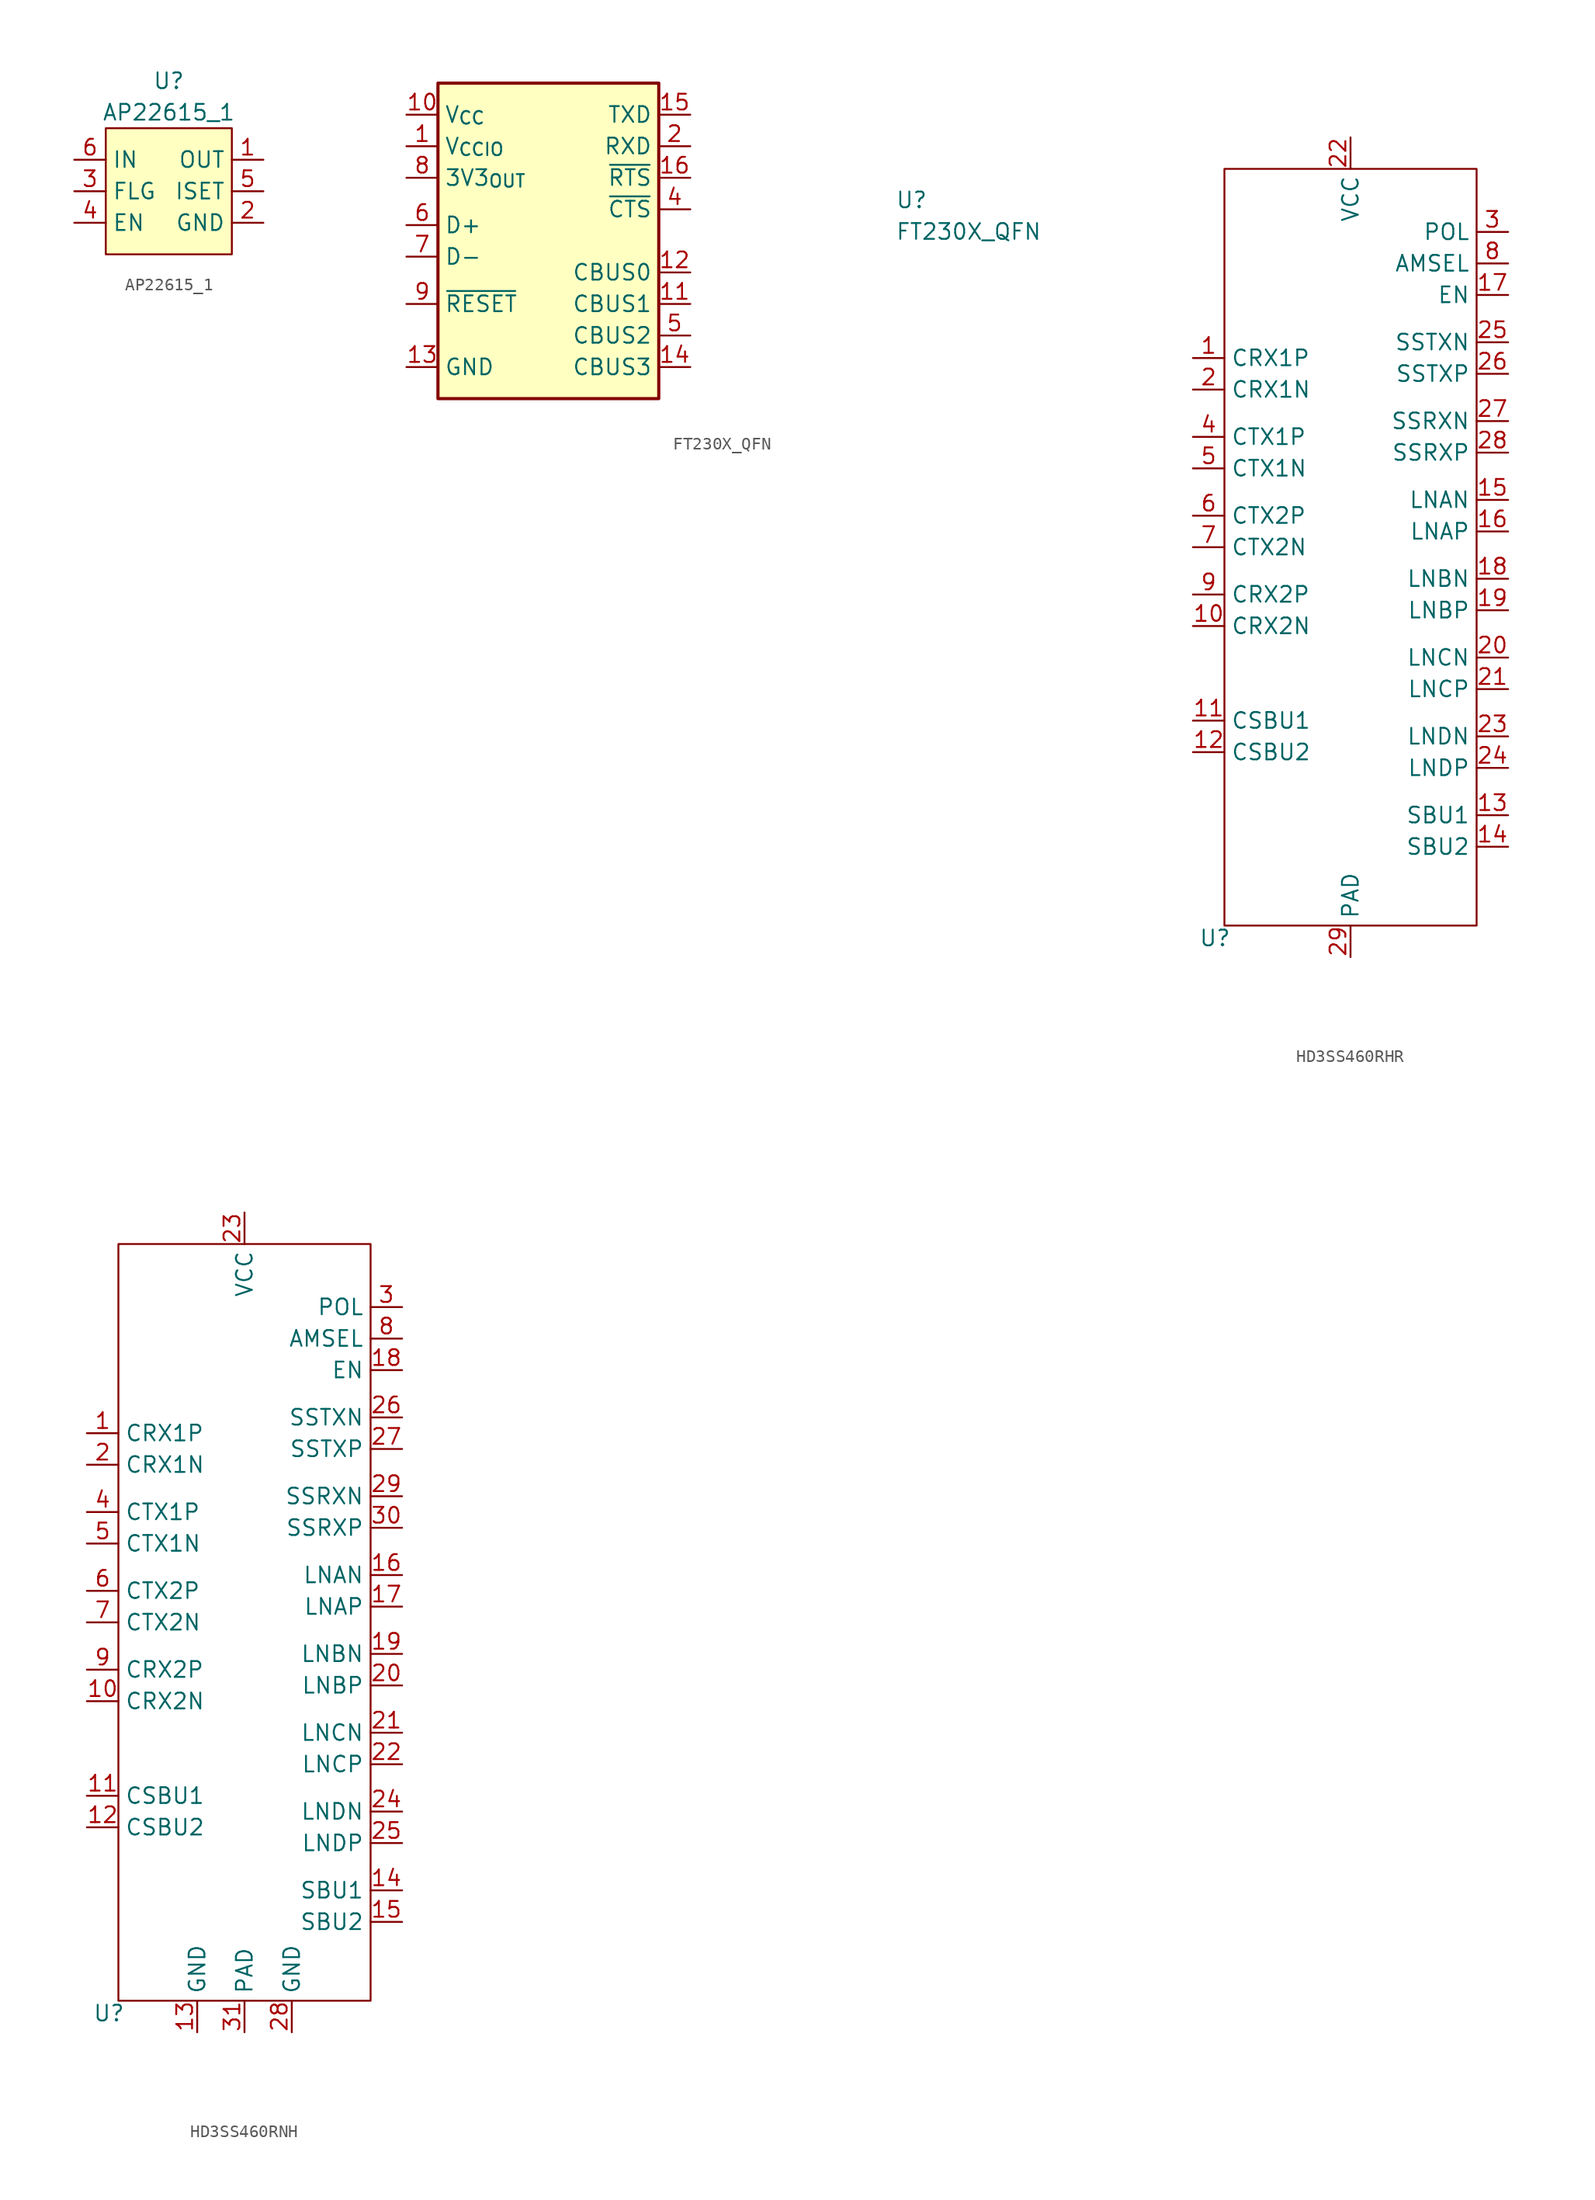
<source format=kicad_sym>
(kicad_symbol_lib
  (version 20231120)
  (generator "kicad_symbol_editor")
  (generator_version "8.0")
  (symbol "AP22615_1"
    (property "Reference" "U"
      (at 0 8.89 0)
      (effects (font (size 1.27 1.27))))
    (property "Value" "AP22615_1"
      (at 0 6.35 0)
      (effects (font (size 1.27 1.27))))
    (symbol "AP22615_1_0_1"
      (rectangle (start -5.08 5.08) (end 5.08 -5.08) (stroke (width 0) (type default)) (fill (type background))))
    (symbol "AP22615_1_1_1"
      (pin power_out line (at 7.62 2.54 180) (length 2.54) (name "OUT" (effects (font (size 1.27 1.27)))) (number "1" (effects (font (size 1.27 1.27)))))
      (pin power_in line (at 7.62 -2.54 180) (length 2.54) (name "GND" (effects (font (size 1.27 1.27)))) (number "2" (effects (font (size 1.27 1.27)))))
      (pin output line (at -7.62 0 0) (length 2.54) (name "FLG" (effects (font (size 1.27 1.27)))) (number "3" (effects (font (size 1.27 1.27)))))
      (pin input line (at -7.62 -2.54 0) (length 2.54) (name "EN" (effects (font (size 1.27 1.27)))) (number "4" (effects (font (size 1.27 1.27)))))
      (pin passive line (at 7.62 0 180) (length 2.54) (name "ISET" (effects (font (size 1.27 1.27)))) (number "5" (effects (font (size 1.27 1.27)))))
      (pin power_in line (at -7.62 2.54 0) (length 2.54) (name "IN" (effects (font (size 1.27 1.27)))) (number "6" (effects (font (size 1.27 1.27)))))))
  (symbol "FT230X_QFN"
    (property "Reference" "U"
      (at 39.37 -7.62 0)
      (effects (font (size 1.27 1.27) (thickness 0.15)) (justify left bottom)))
    (property "Value" "FT230X_QFN"
      (at 39.37 -10.16 0)
      (effects (font (size 1.27 1.27) (thickness 0.15)) (justify left bottom)))
    (symbol "FT230X_QFN_1_1"
      (rectangle (start 2.54 2.54) (end 20.32 -22.86) (stroke (width 0.254) (type default)) (fill (type background)))
      (pin power_in line (at 0 -2.54 0) (length 2.54) (name "V_{CCIO}" (effects (font (size 1.27 1.27)))) (number "1" (effects (font (size 1.27 1.27)))))
      (pin power_in line (at 0 0 0) (length 2.54) (name "V_{CC}" (effects (font (size 1.27 1.27)))) (number "10" (effects (font (size 1.27 1.27)))))
      (pin bidirectional line (at 22.86 -15.24 180) (length 2.54) (name "CBUS1" (effects (font (size 1.27 1.27)))) (number "11" (effects (font (size 1.27 1.27)))))
      (pin bidirectional line (at 22.86 -12.7 180) (length 2.54) (name "CBUS0" (effects (font (size 1.27 1.27)))) (number "12" (effects (font (size 1.27 1.27)))))
      (pin power_in line (at 0 -20.32 0) (length 2.54) (name "GND" (effects (font (size 1.27 1.27)))) (number "13" (effects (font (size 1.27 1.27)))))
      (pin bidirectional line (at 22.86 -20.32 180) (length 2.54) (name "CBUS3" (effects (font (size 1.27 1.27)))) (number "14" (effects (font (size 1.27 1.27)))))
      (pin output line (at 22.86 0 180) (length 2.54) (name "TXD" (effects (font (size 1.27 1.27)))) (number "15" (effects (font (size 1.27 1.27)))))
      (pin output line (at 22.86 -5.08 180) (length 2.54) (name "~{RTS}" (effects (font (size 1.27 1.27)))) (number "16" (effects (font (size 1.27 1.27)))))
      (pin passive line (at 0 -20.32 0) (length 2.54) hide (name "GND" (effects (font (size 1.27 1.27)))) (number "17" (effects (font (size 1.27 1.27)))))
      (pin input line (at 22.86 -2.54 180) (length 2.54) (name "RXD" (effects (font (size 1.27 1.27)))) (number "2" (effects (font (size 1.27 1.27)))))
      (pin passive line (at 0 -20.32 0) (length 2.54) hide (name "GND" (effects (font (size 1.27 1.27)))) (number "3" (effects (font (size 1.27 1.27)))))
      (pin input line (at 22.86 -7.62 180) (length 2.54) (name "~{CTS}" (effects (font (size 1.27 1.27)))) (number "4" (effects (font (size 1.27 1.27)))))
      (pin bidirectional line (at 22.86 -17.78 180) (length 2.54) (name "CBUS2" (effects (font (size 1.27 1.27)))) (number "5" (effects (font (size 1.27 1.27)))))
      (pin input line (at 0 -8.89 0) (length 2.54) (name "D+" (effects (font (size 1.27 1.27)))) (number "6" (effects (font (size 1.27 1.27)))))
      (pin input line (at 0 -11.43 0) (length 2.54) (name "D-" (effects (font (size 1.27 1.27)))) (number "7" (effects (font (size 1.27 1.27)))))
      (pin passive line (at 0 -5.08 0) (length 2.54) (name "3V3_{OUT}" (effects (font (size 1.27 1.27)))) (number "8" (effects (font (size 1.27 1.27)))))
      (pin input line (at 0 -15.24 0) (length 2.54) (name "~{RESET}" (effects (font (size 1.27 1.27)))) (number "9" (effects (font (size 1.27 1.27)))))))
  (symbol "HD3SS460RHR"
    (property "Reference" "U"
      (at -10.922 -28.956 0)
      (effects (font (size 1.27 1.27))))
    (property "Value" ""
      (at -10.16 -26.67 0)
      (effects (font (size 1.27 1.27))))
    (symbol "HD3SS460RHR_0_1"
      (rectangle (start -10.16 33.02) (end 10.16 -27.94) (stroke (width 0) (type default)) (fill (type none))))
    (symbol "HD3SS460RHR_1_1"
      (pin input line (at -12.7 17.78 0) (length 2.54) (name "CRX1P" (effects (font (size 1.27 1.27)))) (number "1" (effects (font (size 1.27 1.27)))))
      (pin input line (at -12.7 -3.81 0) (length 2.54) (name "CRX2N" (effects (font (size 1.27 1.27)))) (number "10" (effects (font (size 1.27 1.27)))))
      (pin bidirectional line (at -12.7 -11.43 0) (length 2.54) (name "CSBU1" (effects (font (size 1.27 1.27)))) (number "11" (effects (font (size 1.27 1.27)))))
      (pin bidirectional line (at -12.7 -13.97 0) (length 2.54) (name "CSBU2" (effects (font (size 1.27 1.27)))) (number "12" (effects (font (size 1.27 1.27)))))
      (pin input line (at 12.7 -19.05 180) (length 2.54) (name "SBU1" (effects (font (size 1.27 1.27)))) (number "13" (effects (font (size 1.27 1.27)))))
      (pin input line (at 12.7 -21.59 180) (length 2.54) (name "SBU2" (effects (font (size 1.27 1.27)))) (number "14" (effects (font (size 1.27 1.27)))))
      (pin input line (at 12.7 6.35 180) (length 2.54) (name "LNAN" (effects (font (size 1.27 1.27)))) (number "15" (effects (font (size 1.27 1.27)))))
      (pin input line (at 12.7 3.81 180) (length 2.54) (name "LNAP" (effects (font (size 1.27 1.27)))) (number "16" (effects (font (size 1.27 1.27)))))
      (pin input line (at 12.7 22.86 180) (length 2.54) (name "EN" (effects (font (size 1.27 1.27)))) (number "17" (effects (font (size 1.27 1.27)))))
      (pin input line (at 12.7 0 180) (length 2.54) (name "LNBN" (effects (font (size 1.27 1.27)))) (number "18" (effects (font (size 1.27 1.27)))))
      (pin input line (at 12.7 -2.54 180) (length 2.54) (name "LNBP" (effects (font (size 1.27 1.27)))) (number "19" (effects (font (size 1.27 1.27)))))
      (pin input line (at -12.7 15.24 0) (length 2.54) (name "CRX1N" (effects (font (size 1.27 1.27)))) (number "2" (effects (font (size 1.27 1.27)))))
      (pin input line (at 12.7 -6.35 180) (length 2.54) (name "LNCN" (effects (font (size 1.27 1.27)))) (number "20" (effects (font (size 1.27 1.27)))))
      (pin input line (at 12.7 -8.89 180) (length 2.54) (name "LNCP" (effects (font (size 1.27 1.27)))) (number "21" (effects (font (size 1.27 1.27)))))
      (pin power_in line (at 0 35.56 270) (length 2.54) (name "VCC" (effects (font (size 1.27 1.27)))) (number "22" (effects (font (size 1.27 1.27)))))
      (pin input line (at 12.7 -12.7 180) (length 2.54) (name "LNDN" (effects (font (size 1.27 1.27)))) (number "23" (effects (font (size 1.27 1.27)))))
      (pin input line (at 12.7 -15.24 180) (length 2.54) (name "LNDP" (effects (font (size 1.27 1.27)))) (number "24" (effects (font (size 1.27 1.27)))))
      (pin output line (at 12.7 19.05 180) (length 2.54) (name "SSTXN" (effects (font (size 1.27 1.27)))) (number "25" (effects (font (size 1.27 1.27)))))
      (pin output line (at 12.7 16.51 180) (length 2.54) (name "SSTXP" (effects (font (size 1.27 1.27)))) (number "26" (effects (font (size 1.27 1.27)))))
      (pin input line (at 12.7 12.7 180) (length 2.54) (name "SSRXN" (effects (font (size 1.27 1.27)))) (number "27" (effects (font (size 1.27 1.27)))))
      (pin input line (at 12.7 10.16 180) (length 2.54) (name "SSRXP" (effects (font (size 1.27 1.27)))) (number "28" (effects (font (size 1.27 1.27)))))
      (pin power_in line (at 0 -30.48 90) (length 2.54) (name "PAD" (effects (font (size 1.27 1.27)))) (number "29" (effects (font (size 1.27 1.27)))))
      (pin input line (at 12.7 27.94 180) (length 2.54) (name "POL" (effects (font (size 1.27 1.27)))) (number "3" (effects (font (size 1.27 1.27)))))
      (pin output line (at -12.7 11.43 0) (length 2.54) (name "CTX1P" (effects (font (size 1.27 1.27)))) (number "4" (effects (font (size 1.27 1.27)))))
      (pin output line (at -12.7 8.89 0) (length 2.54) (name "CTX1N" (effects (font (size 1.27 1.27)))) (number "5" (effects (font (size 1.27 1.27)))))
      (pin output line (at -12.7 5.08 0) (length 2.54) (name "CTX2P" (effects (font (size 1.27 1.27)))) (number "6" (effects (font (size 1.27 1.27)))))
      (pin output line (at -12.7 2.54 0) (length 2.54) (name "CTX2N" (effects (font (size 1.27 1.27)))) (number "7" (effects (font (size 1.27 1.27)))))
      (pin input line (at 12.7 25.4 180) (length 2.54) (name "AMSEL" (effects (font (size 1.27 1.27)))) (number "8" (effects (font (size 1.27 1.27)))))
      (pin input line (at -12.7 -1.27 0) (length 2.54) (name "CRX2P" (effects (font (size 1.27 1.27)))) (number "9" (effects (font (size 1.27 1.27)))))))
  (symbol "HD3SS460RNH"
    (property "Reference" "U"
      (at -10.922 -30.226 0)
      (effects (font (size 1.27 1.27))))
    (property "Value" ""
      (at -10.16 -29.21 0)
      (effects (font (size 1.27 1.27))))
    (symbol "HD3SS460RNH_0_1"
      (rectangle (start -10.16 31.75) (end 10.16 -29.21) (stroke (width 0) (type default)) (fill (type none))))
    (symbol "HD3SS460RNH_1_1"
      (pin input line (at -12.7 16.51 0) (length 2.54) (name "CRX1P" (effects (font (size 1.27 1.27)))) (number "1" (effects (font (size 1.27 1.27)))))
      (pin input line (at -12.7 -5.08 0) (length 2.54) (name "CRX2N" (effects (font (size 1.27 1.27)))) (number "10" (effects (font (size 1.27 1.27)))))
      (pin bidirectional line (at -12.7 -12.7 0) (length 2.54) (name "CSBU1" (effects (font (size 1.27 1.27)))) (number "11" (effects (font (size 1.27 1.27)))))
      (pin bidirectional line (at -12.7 -15.24 0) (length 2.54) (name "CSBU2" (effects (font (size 1.27 1.27)))) (number "12" (effects (font (size 1.27 1.27)))))
      (pin power_in line (at -3.81 -31.75 90) (length 2.54) (name "GND" (effects (font (size 1.27 1.27)))) (number "13" (effects (font (size 1.27 1.27)))))
      (pin input line (at 12.7 -20.32 180) (length 2.54) (name "SBU1" (effects (font (size 1.27 1.27)))) (number "14" (effects (font (size 1.27 1.27)))))
      (pin input line (at 12.7 -22.86 180) (length 2.54) (name "SBU2" (effects (font (size 1.27 1.27)))) (number "15" (effects (font (size 1.27 1.27)))))
      (pin input line (at 12.7 5.08 180) (length 2.54) (name "LNAN" (effects (font (size 1.27 1.27)))) (number "16" (effects (font (size 1.27 1.27)))))
      (pin input line (at 12.7 2.54 180) (length 2.54) (name "LNAP" (effects (font (size 1.27 1.27)))) (number "17" (effects (font (size 1.27 1.27)))))
      (pin input line (at 12.7 21.59 180) (length 2.54) (name "EN" (effects (font (size 1.27 1.27)))) (number "18" (effects (font (size 1.27 1.27)))))
      (pin input line (at 12.7 -1.27 180) (length 2.54) (name "LNBN" (effects (font (size 1.27 1.27)))) (number "19" (effects (font (size 1.27 1.27)))))
      (pin input line (at -12.7 13.97 0) (length 2.54) (name "CRX1N" (effects (font (size 1.27 1.27)))) (number "2" (effects (font (size 1.27 1.27)))))
      (pin input line (at 12.7 -3.81 180) (length 2.54) (name "LNBP" (effects (font (size 1.27 1.27)))) (number "20" (effects (font (size 1.27 1.27)))))
      (pin input line (at 12.7 -7.62 180) (length 2.54) (name "LNCN" (effects (font (size 1.27 1.27)))) (number "21" (effects (font (size 1.27 1.27)))))
      (pin input line (at 12.7 -10.16 180) (length 2.54) (name "LNCP" (effects (font (size 1.27 1.27)))) (number "22" (effects (font (size 1.27 1.27)))))
      (pin power_in line (at 0 34.29 270) (length 2.54) (name "VCC" (effects (font (size 1.27 1.27)))) (number "23" (effects (font (size 1.27 1.27)))))
      (pin input line (at 12.7 -13.97 180) (length 2.54) (name "LNDN" (effects (font (size 1.27 1.27)))) (number "24" (effects (font (size 1.27 1.27)))))
      (pin input line (at 12.7 -16.51 180) (length 2.54) (name "LNDP" (effects (font (size 1.27 1.27)))) (number "25" (effects (font (size 1.27 1.27)))))
      (pin output line (at 12.7 17.78 180) (length 2.54) (name "SSTXN" (effects (font (size 1.27 1.27)))) (number "26" (effects (font (size 1.27 1.27)))))
      (pin output line (at 12.7 15.24 180) (length 2.54) (name "SSTXP" (effects (font (size 1.27 1.27)))) (number "27" (effects (font (size 1.27 1.27)))))
      (pin power_in line (at 3.81 -31.75 90) (length 2.54) (name "GND" (effects (font (size 1.27 1.27)))) (number "28" (effects (font (size 1.27 1.27)))))
      (pin input line (at 12.7 11.43 180) (length 2.54) (name "SSRXN" (effects (font (size 1.27 1.27)))) (number "29" (effects (font (size 1.27 1.27)))))
      (pin input line (at 12.7 26.67 180) (length 2.54) (name "POL" (effects (font (size 1.27 1.27)))) (number "3" (effects (font (size 1.27 1.27)))))
      (pin input line (at 12.7 8.89 180) (length 2.54) (name "SSRXP" (effects (font (size 1.27 1.27)))) (number "30" (effects (font (size 1.27 1.27)))))
      (pin power_in line (at 0 -31.75 90) (length 2.54) (name "PAD" (effects (font (size 1.27 1.27)))) (number "31" (effects (font (size 1.27 1.27)))))
      (pin output line (at -12.7 10.16 0) (length 2.54) (name "CTX1P" (effects (font (size 1.27 1.27)))) (number "4" (effects (font (size 1.27 1.27)))))
      (pin output line (at -12.7 7.62 0) (length 2.54) (name "CTX1N" (effects (font (size 1.27 1.27)))) (number "5" (effects (font (size 1.27 1.27)))))
      (pin output line (at -12.7 3.81 0) (length 2.54) (name "CTX2P" (effects (font (size 1.27 1.27)))) (number "6" (effects (font (size 1.27 1.27)))))
      (pin output line (at -12.7 1.27 0) (length 2.54) (name "CTX2N" (effects (font (size 1.27 1.27)))) (number "7" (effects (font (size 1.27 1.27)))))
      (pin input line (at 12.7 24.13 180) (length 2.54) (name "AMSEL" (effects (font (size 1.27 1.27)))) (number "8" (effects (font (size 1.27 1.27)))))
      (pin input line (at -12.7 -2.54 0) (length 2.54) (name "CRX2P" (effects (font (size 1.27 1.27)))) (number "9" (effects (font (size 1.27 1.27))))))))
</source>
